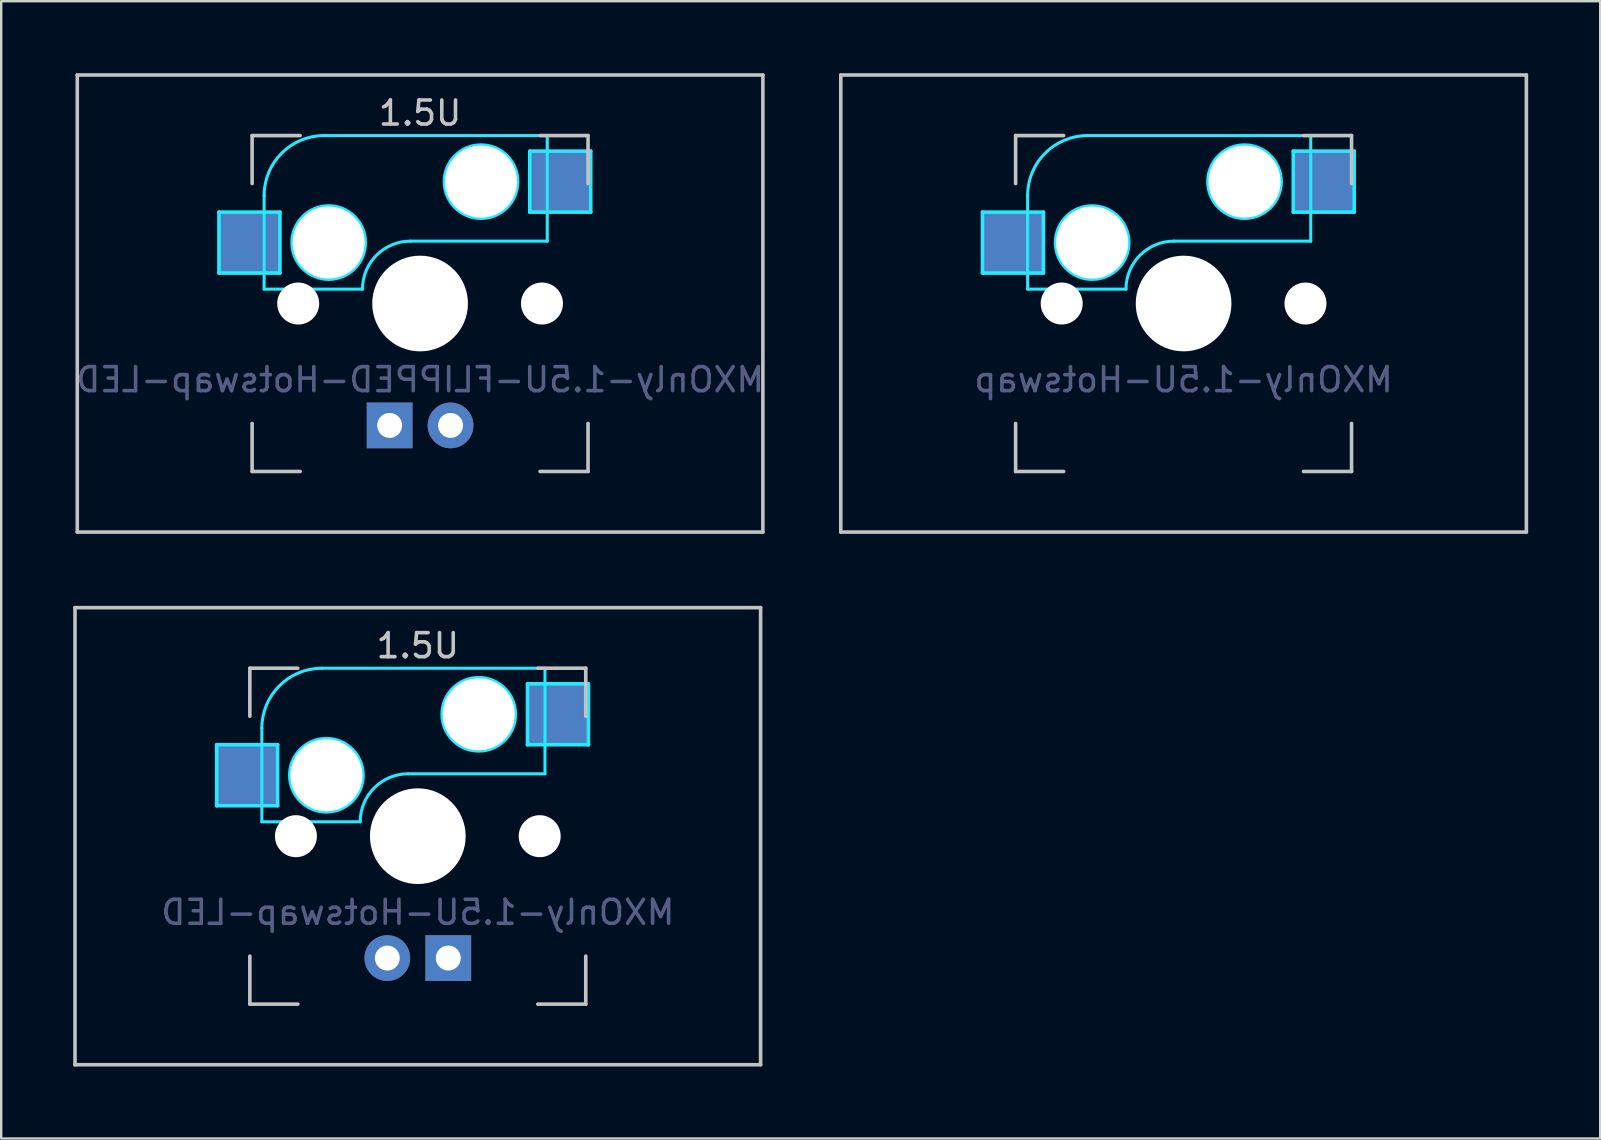
<source format=kicad_pcb>
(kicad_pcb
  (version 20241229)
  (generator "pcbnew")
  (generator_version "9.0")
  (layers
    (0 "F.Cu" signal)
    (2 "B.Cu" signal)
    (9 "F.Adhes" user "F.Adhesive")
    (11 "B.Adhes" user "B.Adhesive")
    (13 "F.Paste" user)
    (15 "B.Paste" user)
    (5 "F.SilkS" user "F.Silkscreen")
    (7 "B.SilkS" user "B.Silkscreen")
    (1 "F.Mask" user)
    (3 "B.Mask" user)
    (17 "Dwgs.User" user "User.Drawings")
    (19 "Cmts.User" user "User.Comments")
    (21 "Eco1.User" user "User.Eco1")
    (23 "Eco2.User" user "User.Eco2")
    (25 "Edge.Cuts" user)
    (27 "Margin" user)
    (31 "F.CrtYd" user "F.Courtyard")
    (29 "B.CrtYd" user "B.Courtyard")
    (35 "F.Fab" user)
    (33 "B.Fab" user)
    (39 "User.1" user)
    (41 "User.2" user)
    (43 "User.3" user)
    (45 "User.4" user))
  (footprint "MXOnly-1.5U-FLIPPED-Hotswap-LED"
    (layer "F.Cu")
    (at 14.458 9.6)
    (property "Reference" "MXOnly-1.5U-FLIPPED-Hotswap-LED" (at 0 3.175 0) (layer "B.Fab") (effects (font (size 1 1) (thickness 0.15)) (justify mirror)))
    (attr through_hole)
    (fp_line (start -14.287 -9.525) (end 14.287 -9.525) (stroke (width 0.15) (type solid)) (layer "Dwgs.User"))
    (fp_line (start -14.287 9.525) (end -14.287 -9.525) (stroke (width 0.15) (type solid)) (layer "Dwgs.User"))
    (fp_line (start -7 -7) (end -7 -5) (stroke (width 0.15) (type solid)) (layer "Dwgs.User"))
    (fp_line (start -7 5) (end -7 7) (stroke (width 0.15) (type solid)) (layer "Dwgs.User"))
    (fp_line (start -7 7) (end -5 7) (stroke (width 0.15) (type solid)) (layer "Dwgs.User"))
    (fp_line (start -5 -7) (end -7 -7) (stroke (width 0.15) (type solid)) (layer "Dwgs.User"))
    (fp_line (start 5 -7) (end 7 -7) (stroke (width 0.15) (type solid)) (layer "Dwgs.User"))
    (fp_line (start 5 7) (end 7 7) (stroke (width 0.15) (type solid)) (layer "Dwgs.User"))
    (fp_line (start 7 -7) (end 7 -5) (stroke (width 0.15) (type solid)) (layer "Dwgs.User"))
    (fp_line (start 7 7) (end 7 5) (stroke (width 0.15) (type solid)) (layer "Dwgs.User"))
    (fp_line (start 14.287 -9.525) (end 14.287 9.525) (stroke (width 0.15) (type solid)) (layer "Dwgs.User"))
    (fp_line (start 14.287 9.525) (end -14.287 9.525) (stroke (width 0.15) (type solid)) (layer "Dwgs.User"))
    (fp_line (start -8.382 -3.81) (end -5.842 -3.81) (stroke (width 0.15) (type solid)) (layer "B.CrtYd"))
    (fp_line (start -8.382 -1.27) (end -8.382 -3.81) (stroke (width 0.15) (type solid)) (layer "B.CrtYd"))
    (fp_line (start -6.5 -4.5) (end -6.5 -0.6) (stroke (width 0.127) (type solid)) (layer "B.CrtYd"))
    (fp_line (start -6.5 -0.6) (end -2.4 -0.6) (stroke (width 0.127) (type solid)) (layer "B.CrtYd"))
    (fp_line (start -5.842 -3.81) (end -5.842 -1.27) (stroke (width 0.15) (type solid)) (layer "B.CrtYd"))
    (fp_line (start -5.842 -1.27) (end -8.382 -1.27) (stroke (width 0.15) (type solid)) (layer "B.CrtYd"))
    (fp_line (start -0.4 -2.6) (end 5.3 -2.6) (stroke (width 0.127) (type solid)) (layer "B.CrtYd"))
    (fp_line (start 4.572 -6.35) (end 7.112 -6.35) (stroke (width 0.15) (type solid)) (layer "B.CrtYd"))
    (fp_line (start 4.572 -3.81) (end 4.572 -6.35) (stroke (width 0.15) (type solid)) (layer "B.CrtYd"))
    (fp_line (start 5.3 -7) (end -4 -7) (stroke (width 0.127) (type solid)) (layer "B.CrtYd"))
    (fp_line (start 5.3 -7) (end 5.3 -2.6) (stroke (width 0.127) (type solid)) (layer "B.CrtYd"))
    (fp_line (start 7.112 -6.35) (end 7.112 -3.81) (stroke (width 0.15) (type solid)) (layer "B.CrtYd"))
    (fp_line (start 7.112 -3.81) (end 4.572 -3.81) (stroke (width 0.15) (type solid)) (layer "B.CrtYd"))
    (fp_arc (start -6.5 -4.5) (mid -5.767767 -6.267767) (end -4 -7) (stroke (width 0.127) (type solid)) (layer "B.CrtYd"))
    (fp_arc (start -2.4 -0.6) (mid -1.814214 -2.014214) (end -0.4 -2.6) (stroke (width 0.127) (type solid)) (layer "B.CrtYd"))
    (fp_circle (center -3.81 -2.54) (end -3.81 -4.064) (stroke (width 0.15) (type solid)) (fill no) (layer "B.CrtYd"))
    (fp_circle (center 2.54 -5.08) (end 2.54 -6.604) (stroke (width 0.15) (type solid)) (fill no) (layer "B.CrtYd"))
    (fp_text user "1.5U" (at 0 -7.938 0) (layer "Dwgs.User") (effects (font (size 1 1) (thickness 0.15))))
    (pad "" np_thru_hole circle (at -5.08 0 48.1) (size 1.75 1.75) (drill 1.75) (layers "*.Cu" "*.Mask"))
    (pad "" np_thru_hole circle (at -3.81 -2.54) (size 3 3) (drill 3) (layers "*.Cu" "*.Mask"))
    (pad "" np_thru_hole circle (at 0 0) (size 3.988 3.988) (drill 3.988) (layers "*.Cu" "*.Mask"))
    (pad "" np_thru_hole circle (at 2.54 -5.08) (size 3 3) (drill 3) (layers "*.Cu" "*.Mask"))
    (pad "" np_thru_hole circle (at 5.08 0 48.1) (size 1.75 1.75) (drill 1.75) (layers "*.Cu" "*.Mask"))
    (pad "1" smd rect (at -7.085 -2.54) (size 2.55 2.5) (layers "B.Cu" "B.Mask" "B.Paste"))
    (pad "2" smd rect (at 5.842 -5.08) (size 2.55 2.5) (layers "B.Cu" "B.Mask" "B.Paste"))
    (pad "3" thru_hole circle (at 1.27 5.08 180) (size 1.905 1.905) (drill 1.04) (layers "*.Cu" "B.Mask"))
    (pad "4" thru_hole rect (at -1.27 5.08 180) (size 1.905 1.905) (drill 1.04) (layers "*.Cu" "B.Mask")))
  (footprint "MXOnly-1.5U-Hotswap"
    (layer "F.Cu")
    (at 46.279 9.6)
    (property "Reference" "MXOnly-1.5U-Hotswap" (at 0 3.175 0) (layer "B.Fab") (effects (font (size 1 1) (thickness 0.15)) (justify mirror)))
    (attr smd)
    (fp_line (start -14.287 -9.525) (end 14.287 -9.525) (stroke (width 0.15) (type solid)) (layer "Dwgs.User"))
    (fp_line (start -14.287 9.525) (end -14.287 -9.525) (stroke (width 0.15) (type solid)) (layer "Dwgs.User"))
    (fp_line (start -7 -7) (end -7 -5) (stroke (width 0.15) (type solid)) (layer "Dwgs.User"))
    (fp_line (start -7 5) (end -7 7) (stroke (width 0.15) (type solid)) (layer "Dwgs.User"))
    (fp_line (start -7 7) (end -5 7) (stroke (width 0.15) (type solid)) (layer "Dwgs.User"))
    (fp_line (start -5 -7) (end -7 -7) (stroke (width 0.15) (type solid)) (layer "Dwgs.User"))
    (fp_line (start 5 -7) (end 7 -7) (stroke (width 0.15) (type solid)) (layer "Dwgs.User"))
    (fp_line (start 5 7) (end 7 7) (stroke (width 0.15) (type solid)) (layer "Dwgs.User"))
    (fp_line (start 7 -7) (end 7 -5) (stroke (width 0.15) (type solid)) (layer "Dwgs.User"))
    (fp_line (start 7 7) (end 7 5) (stroke (width 0.15) (type solid)) (layer "Dwgs.User"))
    (fp_line (start 14.287 -9.525) (end 14.287 9.525) (stroke (width 0.15) (type solid)) (layer "Dwgs.User"))
    (fp_line (start 14.287 9.525) (end -14.287 9.525) (stroke (width 0.15) (type solid)) (layer "Dwgs.User"))
    (fp_line (start -8.382 -3.81) (end -5.842 -3.81) (stroke (width 0.15) (type solid)) (layer "B.CrtYd"))
    (fp_line (start -8.382 -1.27) (end -8.382 -3.81) (stroke (width 0.15) (type solid)) (layer "B.CrtYd"))
    (fp_line (start -6.5 -4.5) (end -6.5 -0.6) (stroke (width 0.127) (type solid)) (layer "B.CrtYd"))
    (fp_line (start -6.5 -0.6) (end -2.4 -0.6) (stroke (width 0.127) (type solid)) (layer "B.CrtYd"))
    (fp_line (start -5.842 -3.81) (end -5.842 -1.27) (stroke (width 0.15) (type solid)) (layer "B.CrtYd"))
    (fp_line (start -5.842 -1.27) (end -8.382 -1.27) (stroke (width 0.15) (type solid)) (layer "B.CrtYd"))
    (fp_line (start -0.4 -2.6) (end 5.3 -2.6) (stroke (width 0.127) (type solid)) (layer "B.CrtYd"))
    (fp_line (start 4.572 -6.35) (end 7.112 -6.35) (stroke (width 0.15) (type solid)) (layer "B.CrtYd"))
    (fp_line (start 4.572 -3.81) (end 4.572 -6.35) (stroke (width 0.15) (type solid)) (layer "B.CrtYd"))
    (fp_line (start 5.3 -7) (end -4 -7) (stroke (width 0.127) (type solid)) (layer "B.CrtYd"))
    (fp_line (start 5.3 -7) (end 5.3 -2.6) (stroke (width 0.127) (type solid)) (layer "B.CrtYd"))
    (fp_line (start 7.112 -6.35) (end 7.112 -3.81) (stroke (width 0.15) (type solid)) (layer "B.CrtYd"))
    (fp_line (start 7.112 -3.81) (end 4.572 -3.81) (stroke (width 0.15) (type solid)) (layer "B.CrtYd"))
    (fp_arc (start -6.5 -4.5) (mid -5.767767 -6.267767) (end -4 -7) (stroke (width 0.127) (type solid)) (layer "B.CrtYd"))
    (fp_arc (start -2.4 -0.6) (mid -1.814214 -2.014214) (end -0.4 -2.6) (stroke (width 0.127) (type solid)) (layer "B.CrtYd"))
    (fp_circle (center -3.81 -2.54) (end -3.81 -4.064) (stroke (width 0.15) (type solid)) (fill no) (layer "B.CrtYd"))
    (fp_circle (center 2.54 -5.08) (end 2.54 -6.604) (stroke (width 0.15) (type solid)) (fill no) (layer "B.CrtYd"))
    (pad "" np_thru_hole circle (at -5.08 0 48.1) (size 1.75 1.75) (drill 1.75) (layers "*.Cu" "*.Mask"))
    (pad "" np_thru_hole circle (at -3.81 -2.54) (size 3 3) (drill 3) (layers "*.Cu" "*.Mask"))
    (pad "" np_thru_hole circle (at 0 0) (size 3.988 3.988) (drill 3.988) (layers "*.Cu" "*.Mask"))
    (pad "" np_thru_hole circle (at 2.54 -5.08) (size 3 3) (drill 3) (layers "*.Cu" "*.Mask"))
    (pad "" np_thru_hole circle (at 5.08 0 48.1) (size 1.75 1.75) (drill 1.75) (layers "*.Cu" "*.Mask"))
    (pad "1" smd rect (at -7.085 -2.54) (size 2.55 2.5) (layers "B.Cu" "B.Mask" "B.Paste"))
    (pad "2" smd rect (at 5.842 -5.08) (size 2.55 2.5) (layers "B.Cu" "B.Mask" "B.Paste")))
  (footprint "MXOnly-1.5U-Hotswap-LED"
    (layer "F.Cu")
    (at 14.363 31.8)
    (property "Reference" "MXOnly-1.5U-Hotswap-LED" (at 0 3.175 0) (layer "B.Fab") (effects (font (size 1 1) (thickness 0.15)) (justify mirror)))
    (attr through_hole)
    (fp_line (start -14.287 -9.525) (end 14.287 -9.525) (stroke (width 0.15) (type solid)) (layer "Dwgs.User"))
    (fp_line (start -14.287 9.525) (end -14.287 -9.525) (stroke (width 0.15) (type solid)) (layer "Dwgs.User"))
    (fp_line (start -7 -7) (end -7 -5) (stroke (width 0.15) (type solid)) (layer "Dwgs.User"))
    (fp_line (start -7 5) (end -7 7) (stroke (width 0.15) (type solid)) (layer "Dwgs.User"))
    (fp_line (start -7 7) (end -5 7) (stroke (width 0.15) (type solid)) (layer "Dwgs.User"))
    (fp_line (start -5 -7) (end -7 -7) (stroke (width 0.15) (type solid)) (layer "Dwgs.User"))
    (fp_line (start 5 -7) (end 7 -7) (stroke (width 0.15) (type solid)) (layer "Dwgs.User"))
    (fp_line (start 5 7) (end 7 7) (stroke (width 0.15) (type solid)) (layer "Dwgs.User"))
    (fp_line (start 7 -7) (end 7 -5) (stroke (width 0.15) (type solid)) (layer "Dwgs.User"))
    (fp_line (start 7 7) (end 7 5) (stroke (width 0.15) (type solid)) (layer "Dwgs.User"))
    (fp_line (start 14.287 -9.525) (end 14.287 9.525) (stroke (width 0.15) (type solid)) (layer "Dwgs.User"))
    (fp_line (start 14.287 9.525) (end -14.287 9.525) (stroke (width 0.15) (type solid)) (layer "Dwgs.User"))
    (fp_line (start -8.382 -3.81) (end -5.842 -3.81) (stroke (width 0.15) (type solid)) (layer "B.CrtYd"))
    (fp_line (start -8.382 -1.27) (end -8.382 -3.81) (stroke (width 0.15) (type solid)) (layer "B.CrtYd"))
    (fp_line (start -6.5 -4.5) (end -6.5 -0.6) (stroke (width 0.127) (type solid)) (layer "B.CrtYd"))
    (fp_line (start -6.5 -0.6) (end -2.4 -0.6) (stroke (width 0.127) (type solid)) (layer "B.CrtYd"))
    (fp_line (start -5.842 -3.81) (end -5.842 -1.27) (stroke (width 0.15) (type solid)) (layer "B.CrtYd"))
    (fp_line (start -5.842 -1.27) (end -8.382 -1.27) (stroke (width 0.15) (type solid)) (layer "B.CrtYd"))
    (fp_line (start -0.4 -2.6) (end 5.3 -2.6) (stroke (width 0.127) (type solid)) (layer "B.CrtYd"))
    (fp_line (start 4.572 -6.35) (end 7.112 -6.35) (stroke (width 0.15) (type solid)) (layer "B.CrtYd"))
    (fp_line (start 4.572 -3.81) (end 4.572 -6.35) (stroke (width 0.15) (type solid)) (layer "B.CrtYd"))
    (fp_line (start 5.3 -7) (end -4 -7) (stroke (width 0.127) (type solid)) (layer "B.CrtYd"))
    (fp_line (start 5.3 -7) (end 5.3 -2.6) (stroke (width 0.127) (type solid)) (layer "B.CrtYd"))
    (fp_line (start 7.112 -6.35) (end 7.112 -3.81) (stroke (width 0.15) (type solid)) (layer "B.CrtYd"))
    (fp_line (start 7.112 -3.81) (end 4.572 -3.81) (stroke (width 0.15) (type solid)) (layer "B.CrtYd"))
    (fp_arc (start -6.5 -4.5) (mid -5.767767 -6.267767) (end -4 -7) (stroke (width 0.127) (type solid)) (layer "B.CrtYd"))
    (fp_arc (start -2.4 -0.6) (mid -1.814214 -2.014214) (end -0.4 -2.6) (stroke (width 0.127) (type solid)) (layer "B.CrtYd"))
    (fp_circle (center -3.81 -2.54) (end -3.81 -4.064) (stroke (width 0.15) (type solid)) (fill no) (layer "B.CrtYd"))
    (fp_circle (center 2.54 -5.08) (end 2.54 -6.604) (stroke (width 0.15) (type solid)) (fill no) (layer "B.CrtYd"))
    (fp_text user "1.5U" (at 0 -7.938 0) (layer "Dwgs.User") (effects (font (size 1 1) (thickness 0.15))))
    (pad "" np_thru_hole circle (at -5.08 0 48.1) (size 1.75 1.75) (drill 1.75) (layers "*.Cu" "*.Mask"))
    (pad "" np_thru_hole circle (at -3.81 -2.54) (size 3 3) (drill 3) (layers "*.Cu" "*.Mask"))
    (pad "" np_thru_hole circle (at 0 0) (size 3.988 3.988) (drill 3.988) (layers "*.Cu" "*.Mask"))
    (pad "" np_thru_hole circle (at 2.54 -5.08) (size 3 3) (drill 3) (layers "*.Cu" "*.Mask"))
    (pad "" np_thru_hole circle (at 5.08 0 48.1) (size 1.75 1.75) (drill 1.75) (layers "*.Cu" "*.Mask"))
    (pad "1" smd rect (at -7.085 -2.54) (size 2.55 2.5) (layers "B.Cu" "B.Mask" "B.Paste"))
    (pad "2" smd rect (at 5.842 -5.08) (size 2.55 2.5) (layers "B.Cu" "B.Mask" "B.Paste"))
    (pad "3" thru_hole circle (at -1.27 5.08) (size 1.905 1.905) (drill 1.04) (layers "*.Cu" "B.Mask"))
    (pad "4" thru_hole rect (at 1.27 5.08) (size 1.905 1.905) (drill 1.04) (layers "*.Cu" "B.Mask")))
  (gr_rect
    (start -3 -3)
    (end 63.642 44.4)
    (stroke (width 0.1) (type default))
    (fill no)
    (layer "Edge.Cuts")))
</source>
